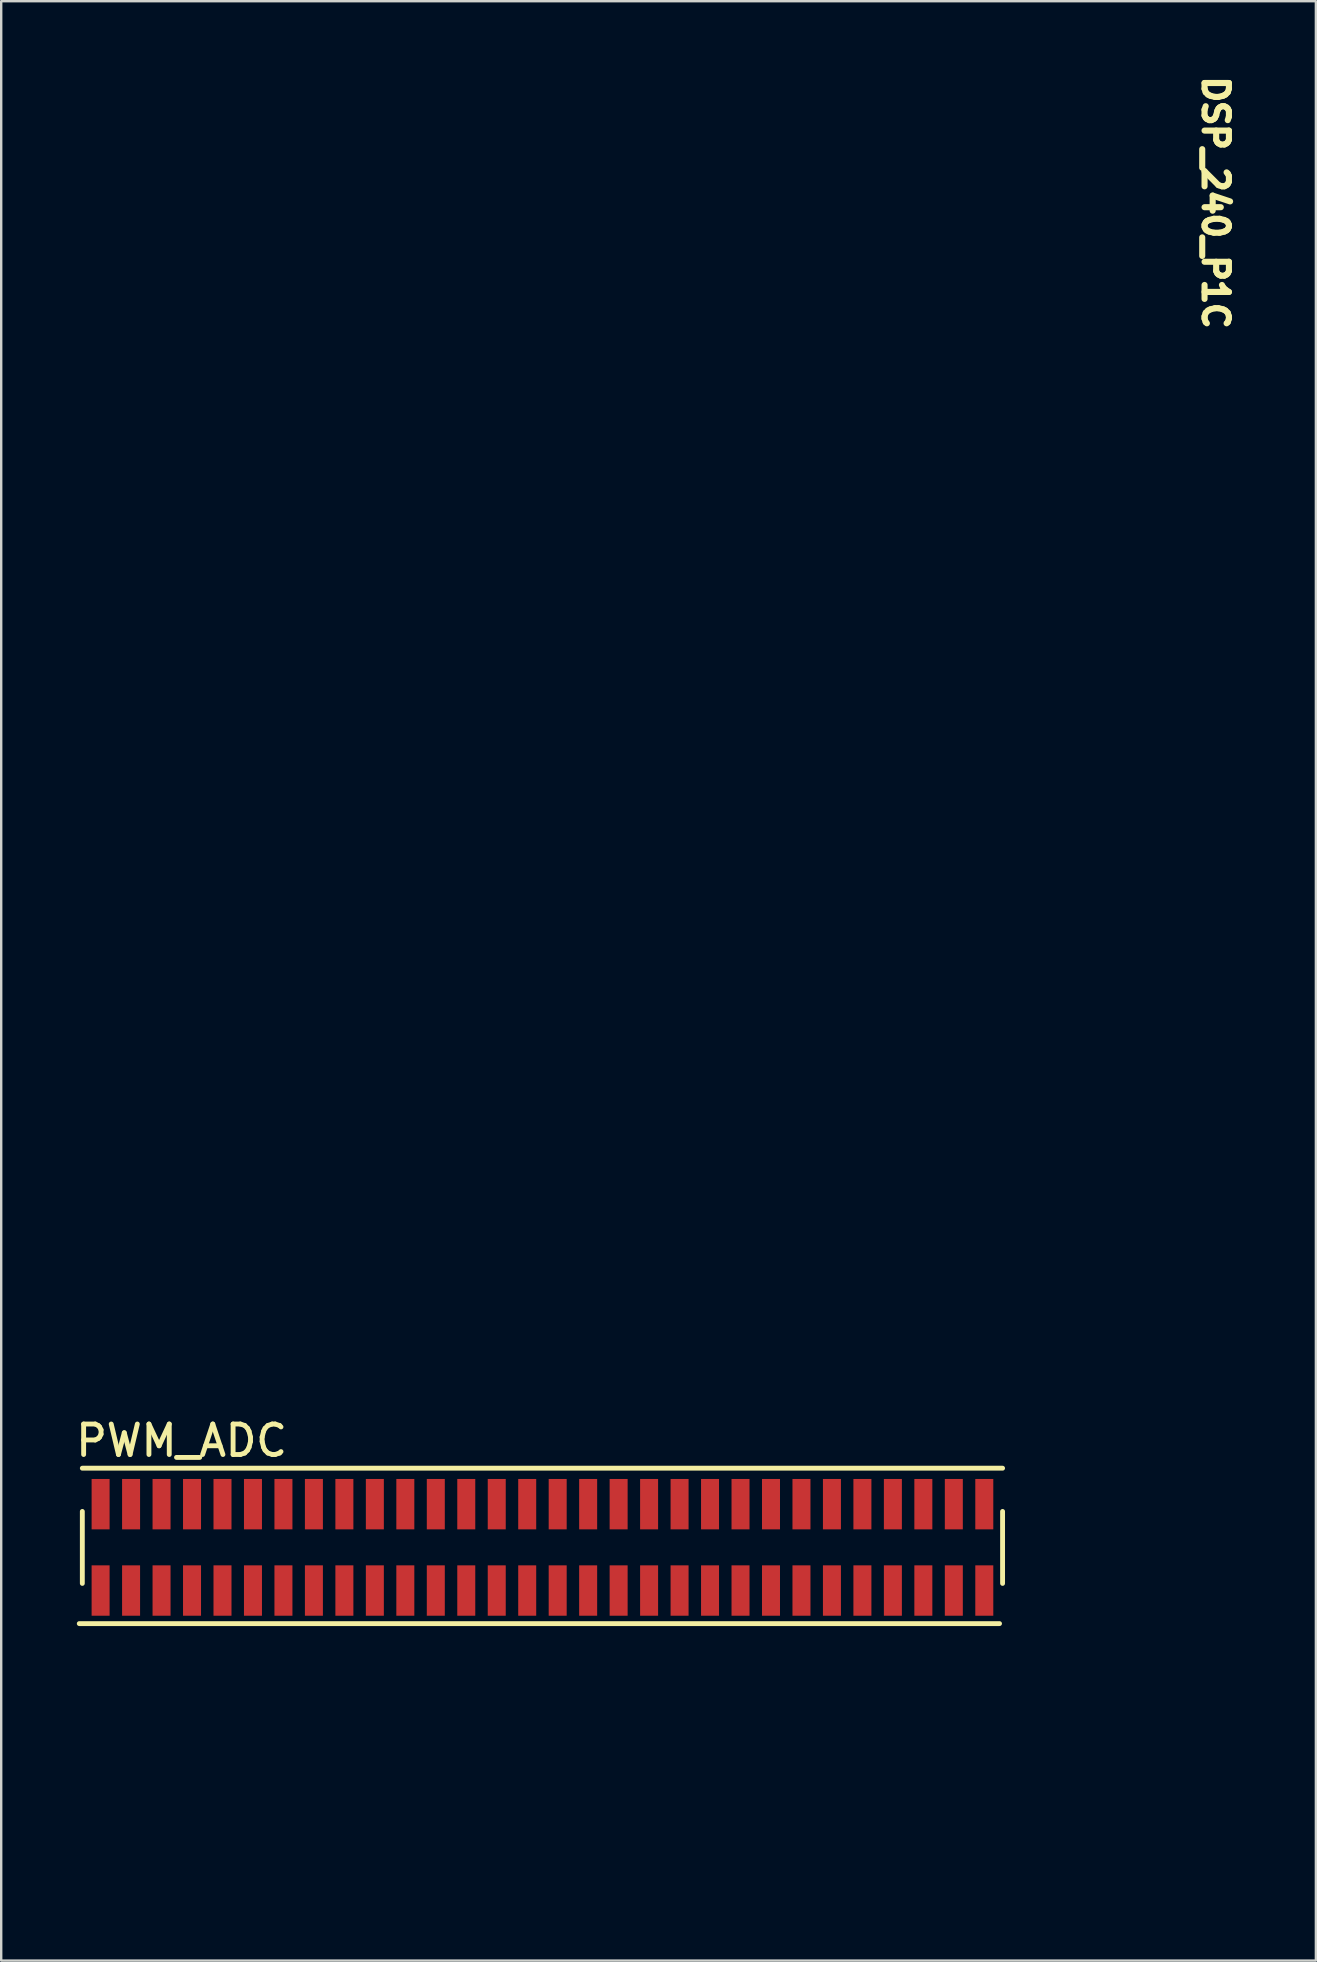
<source format=kicad_pcb>
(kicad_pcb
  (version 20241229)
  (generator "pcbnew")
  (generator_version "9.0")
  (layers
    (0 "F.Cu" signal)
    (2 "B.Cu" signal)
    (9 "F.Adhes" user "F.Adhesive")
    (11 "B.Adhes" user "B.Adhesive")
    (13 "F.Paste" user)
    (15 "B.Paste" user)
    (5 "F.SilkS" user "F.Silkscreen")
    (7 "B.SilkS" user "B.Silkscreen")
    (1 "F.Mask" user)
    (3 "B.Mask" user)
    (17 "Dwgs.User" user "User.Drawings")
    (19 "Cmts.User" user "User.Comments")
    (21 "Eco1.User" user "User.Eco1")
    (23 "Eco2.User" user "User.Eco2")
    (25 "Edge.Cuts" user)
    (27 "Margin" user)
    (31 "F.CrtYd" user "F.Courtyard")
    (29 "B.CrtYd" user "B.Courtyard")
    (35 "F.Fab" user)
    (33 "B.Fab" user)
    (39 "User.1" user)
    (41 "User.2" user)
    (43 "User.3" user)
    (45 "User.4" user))
  (footprint "DSP_240_P1C"
    (layer "F.Cu")
    (at 1.27 75.413)
    (property "Reference" "DSP_240_P1C" (at 45.745 -75.413 270) (unlocked yes) (layer "F.SilkS") (effects (font (size 1.016 1.016) (thickness 0.254)) (justify left bottom)))
    (fp_line (start -1.016 -10.795) (end 37.338 -10.795) (stroke (width 0.203) (type solid)) (layer "F.SilkS"))
    (fp_line (start -0.889 -17.272) (end 37.465 -17.272) (stroke (width 0.203) (type solid)) (layer "F.SilkS"))
    (fp_line (start -0.889 -15.47) (end -0.889 -12.47) (stroke (width 0.203) (type solid)) (layer "F.SilkS"))
    (fp_line (start 37.465 -15.47) (end 37.465 -12.47) (stroke (width 0.203) (type solid)) (layer "F.SilkS"))
    (fp_text user "PWM_ADC" (at -1.27 -17.677 0) (unlocked yes) (layer "F.SilkS") (effects (font (size 1.27 1.27) (thickness 0.203)) (justify left bottom)))
    (pad "161" smd rect (at -0.127 -12.173 90) (size 2.1 0.75) (layers "F.Cu" "F.Mask" "F.Paste"))
    (pad "162" smd rect (at -0.127 -15.773 90) (size 2.1 0.75) (layers "F.Cu" "F.Mask" "F.Paste"))
    (pad "163" smd rect (at 1.143 -12.173 90) (size 2.1 0.75) (layers "F.Cu" "F.Mask" "F.Paste"))
    (pad "164" smd rect (at 1.143 -15.773 90) (size 2.1 0.75) (layers "F.Cu" "F.Mask" "F.Paste"))
    (pad "165" smd rect (at 2.413 -12.173 90) (size 2.1 0.75) (layers "F.Cu" "F.Mask" "F.Paste"))
    (pad "166" smd rect (at 2.413 -15.773 90) (size 2.1 0.75) (layers "F.Cu" "F.Mask" "F.Paste"))
    (pad "167" smd rect (at 3.683 -12.173 90) (size 2.1 0.75) (layers "F.Cu" "F.Mask" "F.Paste"))
    (pad "168" smd rect (at 3.683 -15.773 90) (size 2.1 0.75) (layers "F.Cu" "F.Mask" "F.Paste"))
    (pad "169" smd rect (at 4.953 -12.173 90) (size 2.1 0.75) (layers "F.Cu" "F.Mask" "F.Paste"))
    (pad "170" smd rect (at 4.953 -15.773 90) (size 2.1 0.75) (layers "F.Cu" "F.Mask" "F.Paste"))
    (pad "171" smd rect (at 6.223 -12.173 90) (size 2.1 0.75) (layers "F.Cu" "F.Mask" "F.Paste"))
    (pad "172" smd rect (at 6.223 -15.773 90) (size 2.1 0.75) (layers "F.Cu" "F.Mask" "F.Paste"))
    (pad "173" smd rect (at 7.493 -12.173 90) (size 2.1 0.75) (layers "F.Cu" "F.Mask" "F.Paste"))
    (pad "174" smd rect (at 7.493 -15.773 90) (size 2.1 0.75) (layers "F.Cu" "F.Mask" "F.Paste"))
    (pad "175" smd rect (at 8.763 -12.173 90) (size 2.1 0.75) (layers "F.Cu" "F.Mask" "F.Paste"))
    (pad "176" smd rect (at 8.763 -15.773 90) (size 2.1 0.75) (layers "F.Cu" "F.Mask" "F.Paste"))
    (pad "177" smd rect (at 10.033 -12.173 90) (size 2.1 0.75) (layers "F.Cu" "F.Mask" "F.Paste"))
    (pad "178" smd rect (at 10.033 -15.773 90) (size 2.1 0.75) (layers "F.Cu" "F.Mask" "F.Paste"))
    (pad "179" smd rect (at 11.303 -12.173 90) (size 2.1 0.75) (layers "F.Cu" "F.Mask" "F.Paste"))
    (pad "180" smd rect (at 11.303 -15.773 90) (size 2.1 0.75) (layers "F.Cu" "F.Mask" "F.Paste"))
    (pad "181" smd rect (at 12.573 -12.173 90) (size 2.1 0.75) (layers "F.Cu" "F.Mask" "F.Paste"))
    (pad "182" smd rect (at 12.573 -15.773 90) (size 2.1 0.75) (layers "F.Cu" "F.Mask" "F.Paste"))
    (pad "183" smd rect (at 13.843 -12.173 90) (size 2.1 0.75) (layers "F.Cu" "F.Mask" "F.Paste"))
    (pad "184" smd rect (at 13.843 -15.773 90) (size 2.1 0.75) (layers "F.Cu" "F.Mask" "F.Paste"))
    (pad "185" smd rect (at 15.113 -12.173 90) (size 2.1 0.75) (layers "F.Cu" "F.Mask" "F.Paste"))
    (pad "186" smd rect (at 15.113 -15.773 90) (size 2.1 0.75) (layers "F.Cu" "F.Mask" "F.Paste"))
    (pad "187" smd rect (at 16.383 -12.173 90) (size 2.1 0.75) (layers "F.Cu" "F.Mask" "F.Paste"))
    (pad "188" smd rect (at 16.383 -15.773 90) (size 2.1 0.75) (layers "F.Cu" "F.Mask" "F.Paste"))
    (pad "189" smd rect (at 17.653 -12.173 90) (size 2.1 0.75) (layers "F.Cu" "F.Mask" "F.Paste"))
    (pad "190" smd rect (at 17.653 -15.773 90) (size 2.1 0.75) (layers "F.Cu" "F.Mask" "F.Paste"))
    (pad "191" smd rect (at 18.923 -12.173 90) (size 2.1 0.75) (layers "F.Cu" "F.Mask" "F.Paste"))
    (pad "192" smd rect (at 18.923 -15.773 90) (size 2.1 0.75) (layers "F.Cu" "F.Mask" "F.Paste"))
    (pad "193" smd rect (at 20.193 -12.173 90) (size 2.1 0.75) (layers "F.Cu" "F.Mask" "F.Paste"))
    (pad "194" smd rect (at 20.193 -15.773 90) (size 2.1 0.75) (layers "F.Cu" "F.Mask" "F.Paste"))
    (pad "195" smd rect (at 21.463 -12.173 90) (size 2.1 0.75) (layers "F.Cu" "F.Mask" "F.Paste"))
    (pad "196" smd rect (at 21.463 -15.773 90) (size 2.1 0.75) (layers "F.Cu" "F.Mask" "F.Paste"))
    (pad "197" smd rect (at 22.733 -12.173 90) (size 2.1 0.75) (layers "F.Cu" "F.Mask" "F.Paste"))
    (pad "198" smd rect (at 22.733 -15.773 90) (size 2.1 0.75) (layers "F.Cu" "F.Mask" "F.Paste"))
    (pad "199" smd rect (at 24.003 -12.173 90) (size 2.1 0.75) (layers "F.Cu" "F.Mask" "F.Paste"))
    (pad "200" smd rect (at 24.003 -15.773 90) (size 2.1 0.75) (layers "F.Cu" "F.Mask" "F.Paste"))
    (pad "201" smd rect (at 25.273 -12.173 90) (size 2.1 0.75) (layers "F.Cu" "F.Mask" "F.Paste"))
    (pad "202" smd rect (at 25.273 -15.773 90) (size 2.1 0.75) (layers "F.Cu" "F.Mask" "F.Paste"))
    (pad "203" smd rect (at 26.543 -12.173 90) (size 2.1 0.75) (layers "F.Cu" "F.Mask" "F.Paste"))
    (pad "204" smd rect (at 26.543 -15.773 90) (size 2.1 0.75) (layers "F.Cu" "F.Mask" "F.Paste"))
    (pad "205" smd rect (at 27.813 -12.173 90) (size 2.1 0.75) (layers "F.Cu" "F.Mask" "F.Paste"))
    (pad "206" smd rect (at 27.813 -15.773 90) (size 2.1 0.75) (layers "F.Cu" "F.Mask" "F.Paste"))
    (pad "207" smd rect (at 29.083 -12.173 90) (size 2.1 0.75) (layers "F.Cu" "F.Mask" "F.Paste"))
    (pad "208" smd rect (at 29.083 -15.773 90) (size 2.1 0.75) (layers "F.Cu" "F.Mask" "F.Paste"))
    (pad "209" smd rect (at 30.353 -12.173 90) (size 2.1 0.75) (layers "F.Cu" "F.Mask" "F.Paste"))
    (pad "210" smd rect (at 30.353 -15.773 90) (size 2.1 0.75) (layers "F.Cu" "F.Mask" "F.Paste"))
    (pad "211" smd rect (at 31.623 -12.173 90) (size 2.1 0.75) (layers "F.Cu" "F.Mask" "F.Paste"))
    (pad "212" smd rect (at 31.623 -15.773 90) (size 2.1 0.75) (layers "F.Cu" "F.Mask" "F.Paste"))
    (pad "213" smd rect (at 32.893 -12.173 90) (size 2.1 0.75) (layers "F.Cu" "F.Mask" "F.Paste"))
    (pad "214" smd rect (at 32.893 -15.773 90) (size 2.1 0.75) (layers "F.Cu" "F.Mask" "F.Paste"))
    (pad "215" smd rect (at 34.163 -12.173 90) (size 2.1 0.75) (layers "F.Cu" "F.Mask" "F.Paste"))
    (pad "216" smd rect (at 34.163 -15.773 90) (size 2.1 0.75) (layers "F.Cu" "F.Mask" "F.Paste"))
    (pad "217" smd rect (at 35.433 -12.173 90) (size 2.1 0.75) (layers "F.Cu" "F.Mask" "F.Paste"))
    (pad "218" smd rect (at 35.433 -15.773 90) (size 2.1 0.75) (layers "F.Cu" "F.Mask" "F.Paste"))
    (pad "219" smd rect (at 36.703 -12.173 90) (size 2.1 0.75) (layers "F.Cu" "F.Mask" "F.Paste"))
    (pad "220" smd rect (at 36.703 -15.773 90) (size 2.1 0.75) (layers "F.Cu" "F.Mask" "F.Paste")))
  (gr_rect
    (start -3 -3)
    (end 51.793 78.663)
    (stroke (width 0.1) (type default))
    (fill no)
    (layer "Edge.Cuts")))
</source>
